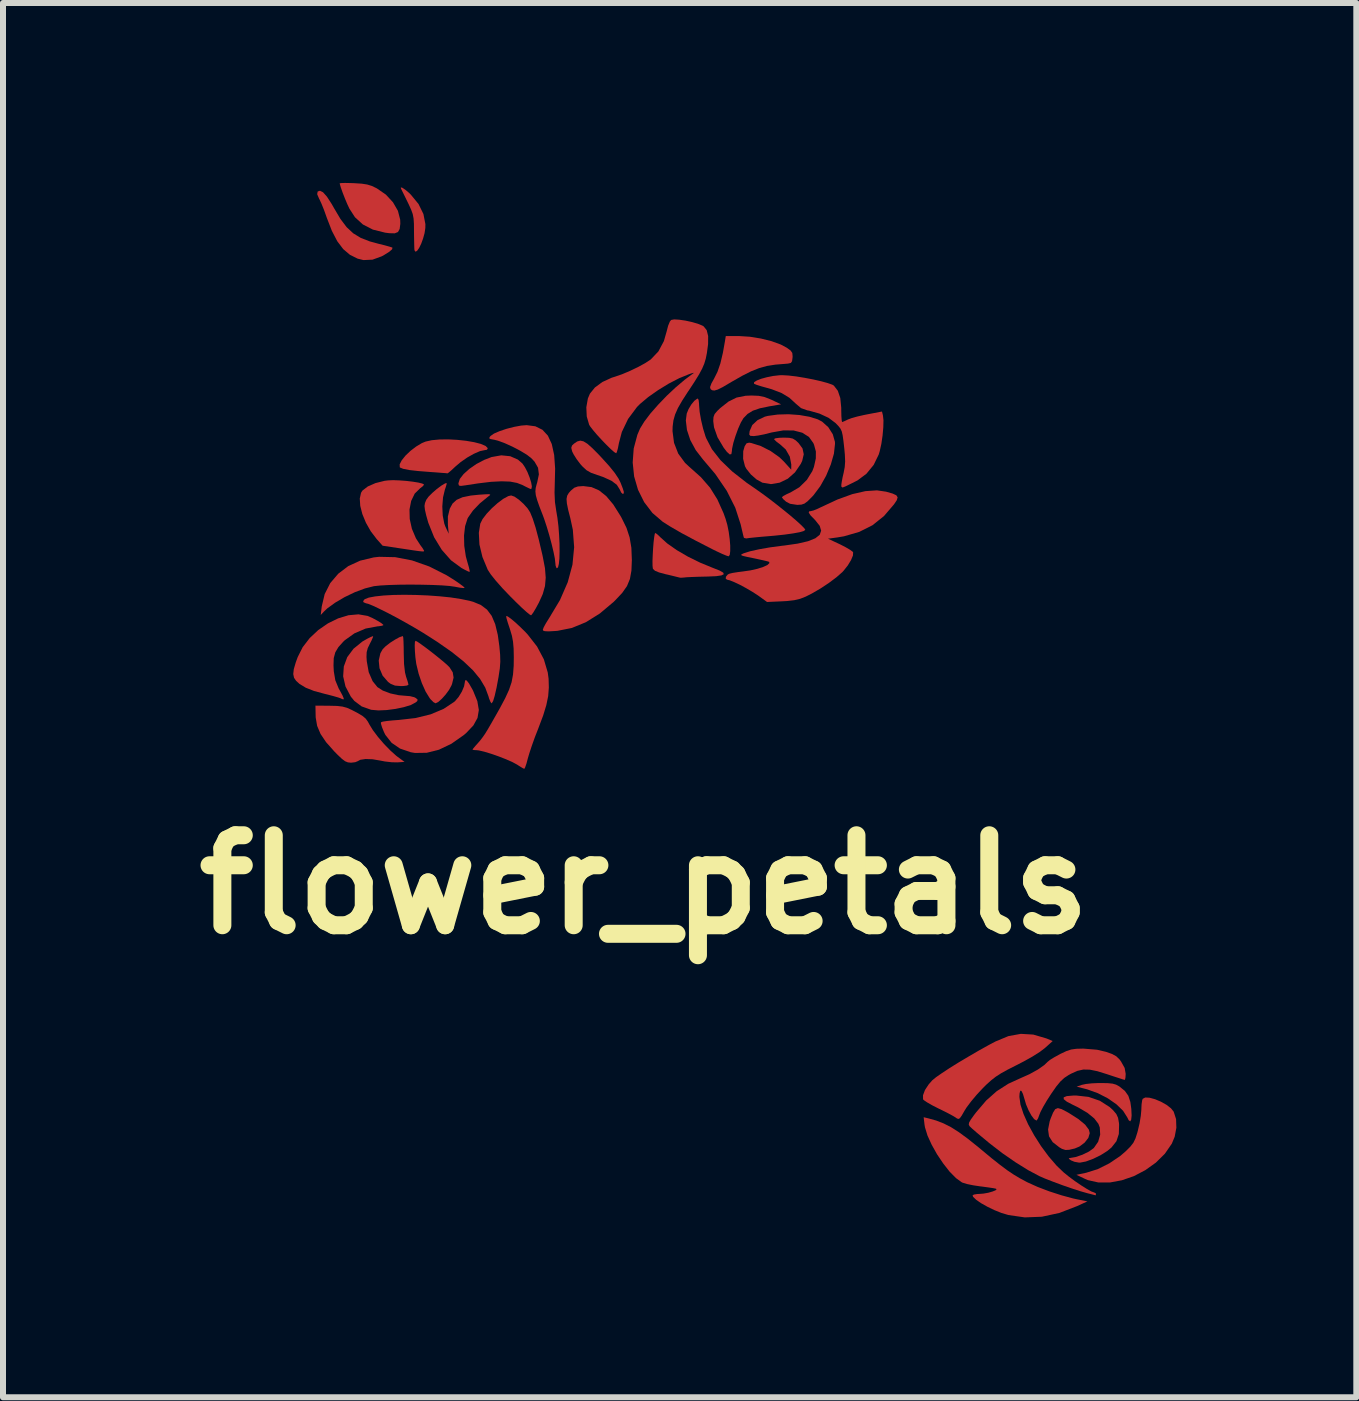
<source format=kicad_pcb>
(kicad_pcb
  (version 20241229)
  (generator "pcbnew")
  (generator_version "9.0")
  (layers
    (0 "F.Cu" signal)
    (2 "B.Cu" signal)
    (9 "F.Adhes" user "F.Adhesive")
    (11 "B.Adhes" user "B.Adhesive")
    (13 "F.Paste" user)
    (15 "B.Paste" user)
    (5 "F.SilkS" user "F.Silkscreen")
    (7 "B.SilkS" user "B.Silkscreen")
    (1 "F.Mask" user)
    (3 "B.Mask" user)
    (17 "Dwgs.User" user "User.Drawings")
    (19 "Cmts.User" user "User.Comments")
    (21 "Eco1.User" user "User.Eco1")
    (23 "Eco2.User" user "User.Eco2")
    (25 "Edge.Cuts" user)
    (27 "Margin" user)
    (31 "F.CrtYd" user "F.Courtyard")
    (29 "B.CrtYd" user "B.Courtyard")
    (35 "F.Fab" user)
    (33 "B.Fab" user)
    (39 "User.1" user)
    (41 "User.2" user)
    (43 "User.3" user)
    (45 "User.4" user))
  (footprint "flower_petals"
    (layer "F.Cu")
    (at 7.693 11.697)
    (property "Reference" "flower_petals" (at 0 0 0) (layer "F.SilkS") (effects (font (size 1.5 1.5) (thickness 0.3))))
    (attr board_only exclude_from_pos_files exclude_from_bom)
    (fp_poly (pts (xy 6.956 3.744) (xy 7.049 3.793) (xy 7.074 3.807) (xy 7.236 3.91) (xy 7.348 4.003) (xy 7.41 4.086) (xy 7.425 4.145) (xy 7.401 4.224) (xy 7.34 4.302) (xy 7.254 4.367) (xy 7.176 4.4) (xy 7.083 4.422) (xy 7.019 4.425) (xy 6.961 4.406) (xy 6.917 4.38) (xy 6.807 4.294) (xy 6.746 4.198) (xy 6.73 4.084) (xy 6.757 3.947) (xy 6.772 3.904) (xy 6.813 3.803) (xy 6.849 3.745) (xy 6.893 3.727)) (stroke (width 0) (type solid)) (fill yes) (layer "F.Cu"))
    (fp_poly (pts (xy 7.725 3.311) (xy 7.805 3.319) (xy 7.864 3.336) (xy 7.915 3.364) (xy 7.92 3.367) (xy 8.01 3.44) (xy 8.068 3.521) (xy 8.102 3.625) (xy 8.118 3.741) (xy 8.123 3.85) (xy 8.116 3.92) (xy 8.1 3.948) (xy 8.074 3.929) (xy 8.05 3.881) (xy 7.981 3.772) (xy 7.87 3.664) (xy 7.726 3.564) (xy 7.559 3.478) (xy 7.379 3.413) (xy 7.343 3.404) (xy 7.207 3.369) (xy 7.294 3.339) (xy 7.36 3.325) (xy 7.46 3.314) (xy 7.575 3.309) (xy 7.607 3.309)) (stroke (width 0) (type solid)) (fill yes) (layer "F.Cu"))
    (fp_poly (pts (xy -4.02 -4.118) (xy -4.016 -4.052) (xy -4.013 -3.955) (xy -4.012 -3.859) (xy -4.007 -3.676) (xy -3.991 -3.537) (xy -3.973 -3.465) (xy -3.949 -3.393) (xy -3.935 -3.342) (xy -3.934 -3.331) (xy -3.957 -3.318) (xy -4.017 -3.31) (xy -4.062 -3.309) (xy -4.158 -3.317) (xy -4.231 -3.347) (xy -4.274 -3.379) (xy -4.364 -3.483) (xy -4.416 -3.606) (xy -4.429 -3.735) (xy -4.401 -3.857) (xy -4.362 -3.925) (xy -4.313 -3.974) (xy -4.239 -4.031) (xy -4.156 -4.084) (xy -4.081 -4.125) (xy -4.028 -4.142) (xy -4.026 -4.142)) (stroke (width 0) (type solid)) (fill yes) (layer "F.Cu"))
    (fp_poly (pts (xy -4.897 -11.695) (xy -4.839 -11.693) (xy -4.713 -11.685) (xy -4.622 -11.671) (xy -4.547 -11.648) (xy -4.471 -11.612) (xy -4.458 -11.605) (xy -4.309 -11.502) (xy -4.191 -11.374) (xy -4.109 -11.232) (xy -4.071 -11.084) (xy -4.069 -11.015) (xy -4.08 -10.93) (xy -4.108 -10.879) (xy -4.162 -10.857) (xy -4.25 -10.859) (xy -4.321 -10.868) (xy -4.526 -10.919) (xy -4.692 -11.004) (xy -4.825 -11.125) (xy -4.917 -11.267) (xy -4.952 -11.341) (xy -4.991 -11.434) (xy -5.029 -11.531) (xy -5.059 -11.616) (xy -5.077 -11.676) (xy -5.08 -11.691) (xy -5.056 -11.695) (xy -4.991 -11.697)) (stroke (width 0) (type solid)) (fill yes) (layer "F.Cu"))
    (fp_poly (pts (xy -2.237 -7.141) (xy -2.109 -7.085) (xy -2.034 -7.02) (xy -1.991 -6.957) (xy -1.949 -6.876) (xy -1.914 -6.788) (xy -1.888 -6.705) (xy -1.876 -6.639) (xy -1.882 -6.6) (xy -1.895 -6.594) (xy -1.928 -6.608) (xy -1.989 -6.638) (xy -2.031 -6.66) (xy -2.124 -6.696) (xy -2.239 -6.718) (xy -2.382 -6.723) (xy -2.558 -6.714) (xy -2.773 -6.688) (xy -2.989 -6.655) (xy -3.059 -6.646) (xy -3.091 -6.652) (xy -3.1 -6.679) (xy -3.1 -6.691) (xy -3.077 -6.763) (xy -3.013 -6.845) (xy -2.918 -6.93) (xy -2.801 -7.011) (xy -2.67 -7.08) (xy -2.548 -7.127) (xy -2.386 -7.156)) (stroke (width 0) (type solid)) (fill yes) (layer "F.Cu"))
    (fp_poly (pts (xy -4.034 -11.616) (xy -3.986 -11.584) (xy -3.923 -11.531) (xy -3.892 -11.5) (xy -3.765 -11.345) (xy -3.684 -11.179) (xy -3.651 -11.011) (xy -3.652 -10.946) (xy -3.665 -10.859) (xy -3.69 -10.769) (xy -3.721 -10.684) (xy -3.755 -10.614) (xy -3.788 -10.567) (xy -3.815 -10.55) (xy -3.832 -10.573) (xy -3.834 -10.583) (xy -3.836 -10.622) (xy -3.838 -10.7) (xy -3.84 -10.805) (xy -3.841 -10.889) (xy -3.842 -11.015) (xy -3.848 -11.105) (xy -3.862 -11.178) (xy -3.888 -11.25) (xy -3.928 -11.338) (xy -3.944 -11.371) (xy -3.991 -11.467) (xy -4.029 -11.544) (xy -4.052 -11.591) (xy -4.057 -11.599) (xy -4.061 -11.623)) (stroke (width 0) (type solid)) (fill yes) (layer "F.Cu"))
    (fp_poly (pts (xy -3.785 -4.049) (xy -3.724 -4.007) (xy -3.642 -3.947) (xy -3.549 -3.876) (xy -3.453 -3.8) (xy -3.366 -3.729) (xy -3.295 -3.668) (xy -3.252 -3.626) (xy -3.249 -3.623) (xy -3.195 -3.538) (xy -3.181 -3.45) (xy -3.207 -3.343) (xy -3.219 -3.314) (xy -3.258 -3.243) (xy -3.315 -3.166) (xy -3.379 -3.095) (xy -3.438 -3.043) (xy -3.481 -3.022) (xy -3.482 -3.022) (xy -3.517 -3.041) (xy -3.565 -3.089) (xy -3.581 -3.11) (xy -3.647 -3.217) (xy -3.71 -3.358) (xy -3.763 -3.513) (xy -3.8 -3.666) (xy -3.804 -3.686) (xy -3.818 -3.791) (xy -3.826 -3.894) (xy -3.829 -3.982) (xy -3.826 -4.043) (xy -3.816 -4.064)) (stroke (width 0) (type solid)) (fill yes) (layer "F.Cu"))
    (fp_poly (pts (xy 1.906 -8.148) (xy 2.006 -8.127) (xy 2.112 -8.085) (xy 2.123 -8.08) (xy 2.279 -8.006) (xy 2.084 -7.973) (xy 1.925 -7.94) (xy 1.808 -7.9) (xy 1.72 -7.846) (xy 1.651 -7.775) (xy 1.65 -7.773) (xy 1.608 -7.702) (xy 1.562 -7.598) (xy 1.519 -7.479) (xy 1.483 -7.363) (xy 1.462 -7.266) (xy 1.459 -7.228) (xy 1.45 -7.176) (xy 1.422 -7.171) (xy 1.375 -7.214) (xy 1.322 -7.283) (xy 1.219 -7.457) (xy 1.161 -7.622) (xy 1.148 -7.727) (xy 1.152 -7.793) (xy 1.171 -7.844) (xy 1.217 -7.898) (xy 1.265 -7.944) (xy 1.402 -8.052) (xy 1.537 -8.119) (xy 1.688 -8.149) (xy 1.785 -8.153)) (stroke (width 0) (type solid)) (fill yes) (layer "F.Cu"))
    (fp_poly (pts (xy -1.015 -7.389) (xy -0.949 -7.348) (xy -0.867 -7.275) (xy -0.76 -7.167) (xy -0.716 -7.12) (xy -0.588 -6.979) (xy -0.495 -6.864) (xy -0.431 -6.768) (xy -0.397 -6.699) (xy -0.36 -6.604) (xy -0.343 -6.548) (xy -0.344 -6.52) (xy -0.361 -6.513) (xy -0.362 -6.513) (xy -0.386 -6.535) (xy -0.412 -6.588) (xy -0.413 -6.59) (xy -0.46 -6.665) (xy -0.548 -6.731) (xy -0.681 -6.792) (xy -0.785 -6.828) (xy -0.89 -6.865) (xy -0.965 -6.908) (xy -1.032 -6.97) (xy -1.067 -7.009) (xy -1.129 -7.091) (xy -1.18 -7.172) (xy -1.204 -7.22) (xy -1.219 -7.281) (xy -1.206 -7.32) (xy -1.173 -7.351) (xy -1.12 -7.387) (xy -1.069 -7.401)) (stroke (width 0) (type solid)) (fill yes) (layer "F.Cu"))
    (fp_poly (pts (xy -5.358 -11.542) (xy -5.292 -11.468) (xy -5.212 -11.344) (xy -5.174 -11.277) (xy -5.068 -11.098) (xy -4.965 -10.961) (xy -4.855 -10.858) (xy -4.729 -10.781) (xy -4.577 -10.722) (xy -4.433 -10.683) (xy -4.332 -10.658) (xy -4.253 -10.636) (xy -4.206 -10.621) (xy -4.2 -10.617) (xy -4.206 -10.591) (xy -4.254 -10.549) (xy -4.337 -10.497) (xy -4.381 -10.473) (xy -4.532 -10.418) (xy -4.683 -10.411) (xy -4.781 -10.435) (xy -4.909 -10.499) (xy -5.021 -10.594) (xy -5.12 -10.725) (xy -5.21 -10.898) (xy -5.295 -11.117) (xy -5.302 -11.137) (xy -5.341 -11.246) (xy -5.382 -11.348) (xy -5.416 -11.422) (xy -5.422 -11.432) (xy -5.455 -11.509) (xy -5.447 -11.554) (xy -5.409 -11.567)) (stroke (width 0) (type solid)) (fill yes) (layer "F.Cu"))
    (fp_poly (pts (xy 1.759 -9.133) (xy 1.943 -9.103) (xy 2.12 -9.059) (xy 2.274 -9.003) (xy 2.375 -8.949) (xy 2.438 -8.903) (xy 2.466 -8.862) (xy 2.471 -8.807) (xy 2.47 -8.784) (xy 2.462 -8.725) (xy 2.442 -8.696) (xy 2.393 -8.685) (xy 2.345 -8.681) (xy 2.184 -8.668) (xy 2.044 -8.646) (xy 1.913 -8.61) (xy 1.78 -8.557) (xy 1.631 -8.482) (xy 1.454 -8.381) (xy 1.417 -8.359) (xy 1.303 -8.292) (xy 1.222 -8.252) (xy 1.167 -8.236) (xy 1.129 -8.241) (xy 1.103 -8.26) (xy 1.095 -8.293) (xy 1.117 -8.354) (xy 1.161 -8.433) (xy 1.218 -8.547) (xy 1.267 -8.688) (xy 1.309 -8.866) (xy 1.341 -9.046) (xy 1.357 -9.144) (xy 1.584 -9.144)) (stroke (width 0) (type solid)) (fill yes) (layer "F.Cu"))
    (fp_poly (pts (xy -3.12 -7.414) (xy -2.972 -7.398) (xy -2.838 -7.375) (xy -2.726 -7.346) (xy -2.647 -7.312) (xy -2.611 -7.275) (xy -2.624 -7.249) (xy -2.665 -7.242) (xy -2.741 -7.226) (xy -2.842 -7.182) (xy -2.954 -7.119) (xy -3.062 -7.044) (xy -3.153 -6.967) (xy -3.216 -6.908) (xy -3.263 -6.868) (xy -3.283 -6.855) (xy -3.313 -6.859) (xy -3.383 -6.864) (xy -3.482 -6.872) (xy -3.569 -6.878) (xy -3.771 -6.894) (xy -3.922 -6.911) (xy -4.022 -6.931) (xy -4.073 -6.952) (xy -4.078 -6.957) (xy -4.08 -7.006) (xy -4.045 -7.074) (xy -3.983 -7.151) (xy -3.9 -7.23) (xy -3.806 -7.302) (xy -3.709 -7.36) (xy -3.648 -7.385) (xy -3.545 -7.408) (xy -3.416 -7.42) (xy -3.271 -7.422)) (stroke (width 0) (type solid)) (fill yes) (layer "F.Cu"))
    (fp_poly (pts (xy -2.963 -3.403) (xy -2.923 -3.351) (xy -2.866 -3.251) (xy -2.854 -3.227) (xy -2.785 -3.058) (xy -2.76 -2.91) (xy -2.782 -2.778) (xy -2.851 -2.653) (xy -2.969 -2.528) (xy -3.011 -2.492) (xy -3.218 -2.347) (xy -3.425 -2.248) (xy -3.628 -2.197) (xy -3.824 -2.194) (xy -3.895 -2.206) (xy -4.074 -2.267) (xy -4.214 -2.363) (xy -4.318 -2.495) (xy -4.342 -2.543) (xy -4.374 -2.622) (xy -4.392 -2.682) (xy -4.392 -2.705) (xy -4.362 -2.716) (xy -4.291 -2.727) (xy -4.191 -2.737) (xy -4.097 -2.744) (xy -3.815 -2.776) (xy -3.563 -2.838) (xy -3.347 -2.929) (xy -3.171 -3.046) (xy -3.156 -3.059) (xy -3.097 -3.128) (xy -3.043 -3.217) (xy -3.006 -3.305) (xy -2.996 -3.36) (xy -2.988 -3.406)) (stroke (width 0) (type solid)) (fill yes) (layer "F.Cu"))
    (fp_poly (pts (xy -4.154 -5.458) (xy -3.874 -5.404) (xy -3.587 -5.303) (xy -3.298 -5.157) (xy -3.159 -5.07) (xy -3.081 -5.016) (xy -3.023 -4.973) (xy -2.997 -4.948) (xy -2.996 -4.946) (xy -3.019 -4.943) (xy -3.079 -4.95) (xy -3.159 -4.965) (xy -3.249 -4.978) (xy -3.379 -4.988) (xy -3.54 -4.995) (xy -3.719 -4.999) (xy -3.906 -5.001) (xy -4.089 -4.999) (xy -4.257 -4.994) (xy -4.4 -4.986) (xy -4.505 -4.975) (xy -4.507 -4.975) (xy -4.658 -4.937) (xy -4.827 -4.874) (xy -4.998 -4.792) (xy -5.156 -4.699) (xy -5.287 -4.604) (xy -5.343 -4.551) (xy -5.396 -4.494) (xy -5.379 -4.637) (xy -5.33 -4.843) (xy -5.237 -5.026) (xy -5.104 -5.182) (xy -4.937 -5.309) (xy -4.738 -5.4) (xy -4.513 -5.454) (xy -4.423 -5.464)) (stroke (width 0) (type solid)) (fill yes) (layer "F.Cu"))
    (fp_poly (pts (xy 0.209 -5.844) (xy 0.255 -5.802) (xy 0.262 -5.794) (xy 0.381 -5.687) (xy 0.539 -5.576) (xy 0.726 -5.467) (xy 0.931 -5.366) (xy 1.143 -5.279) (xy 1.146 -5.278) (xy 1.254 -5.235) (xy 1.314 -5.2) (xy 1.324 -5.174) (xy 1.285 -5.154) (xy 1.195 -5.141) (xy 1.055 -5.135) (xy 1.01 -5.134) (xy 0.887 -5.131) (xy 0.779 -5.127) (xy 0.699 -5.123) (xy 0.664 -5.119) (xy 0.609 -5.115) (xy 0.586 -5.118) (xy 0.55 -5.127) (xy 0.477 -5.145) (xy 0.382 -5.168) (xy 0.358 -5.173) (xy 0.246 -5.203) (xy 0.177 -5.231) (xy 0.145 -5.261) (xy 0.141 -5.269) (xy 0.136 -5.315) (xy 0.135 -5.393) (xy 0.139 -5.492) (xy 0.145 -5.6) (xy 0.153 -5.703) (xy 0.163 -5.789) (xy 0.173 -5.846) (xy 0.181 -5.862)) (stroke (width 0) (type solid)) (fill yes) (layer "F.Cu"))
    (fp_poly (pts (xy 2.413 -7.448) (xy 2.474 -7.435) (xy 2.523 -7.405) (xy 2.569 -7.362) (xy 2.636 -7.271) (xy 2.657 -7.174) (xy 2.631 -7.063) (xy 2.607 -7.013) (xy 2.511 -6.872) (xy 2.391 -6.766) (xy 2.255 -6.7) (xy 2.11 -6.676) (xy 1.967 -6.7) (xy 1.871 -6.753) (xy 1.776 -6.836) (xy 1.701 -6.93) (xy 1.677 -6.974) (xy 1.646 -7.098) (xy 1.648 -7.226) (xy 1.672 -7.308) (xy 1.703 -7.356) (xy 1.746 -7.367) (xy 1.783 -7.361) (xy 1.941 -7.311) (xy 2.104 -7.228) (xy 2.25 -7.125) (xy 2.325 -7.053) (xy 2.448 -6.917) (xy 2.449 -7.004) (xy 2.424 -7.135) (xy 2.356 -7.254) (xy 2.262 -7.339) (xy 2.203 -7.383) (xy 2.167 -7.418) (xy 2.162 -7.428) (xy 2.186 -7.44) (xy 2.248 -7.448) (xy 2.321 -7.451)) (stroke (width 0) (type solid)) (fill yes) (layer "F.Cu"))
    (fp_poly (pts (xy 8.423 3.554) (xy 8.514 3.579) (xy 8.611 3.62) (xy 8.704 3.672) (xy 8.779 3.73) (xy 8.824 3.786) (xy 8.864 3.91) (xy 8.869 4.055) (xy 8.841 4.204) (xy 8.793 4.32) (xy 8.677 4.488) (xy 8.527 4.636) (xy 8.352 4.761) (xy 8.161 4.861) (xy 7.961 4.93) (xy 7.761 4.967) (xy 7.57 4.967) (xy 7.395 4.928) (xy 7.346 4.907) (xy 7.203 4.839) (xy 7.365 4.805) (xy 7.557 4.745) (xy 7.753 4.647) (xy 7.936 4.523) (xy 8.026 4.445) (xy 8.102 4.369) (xy 8.152 4.305) (xy 8.187 4.233) (xy 8.218 4.136) (xy 8.228 4.098) (xy 8.256 3.978) (xy 8.276 3.856) (xy 8.285 3.757) (xy 8.285 3.75) (xy 8.289 3.663) (xy 8.299 3.596) (xy 8.308 3.572) (xy 8.35 3.55)) (stroke (width 0) (type solid)) (fill yes) (layer "F.Cu"))
    (fp_poly (pts (xy -5.249 -2.981) (xy -5.124 -2.978) (xy -5.033 -2.967) (xy -4.959 -2.947) (xy -4.885 -2.914) (xy -4.772 -2.855) (xy -4.696 -2.809) (xy -4.646 -2.766) (xy -4.61 -2.716) (xy -4.584 -2.668) (xy -4.527 -2.575) (xy -4.442 -2.462) (xy -4.341 -2.344) (xy -4.235 -2.235) (xy -4.137 -2.147) (xy -4.116 -2.131) (xy -3.999 -2.045) (xy -4.119 -2.037) (xy -4.212 -2.039) (xy -4.326 -2.052) (xy -4.404 -2.067) (xy -4.533 -2.089) (xy -4.648 -2.093) (xy -4.736 -2.08) (xy -4.779 -2.057) (xy -4.82 -2.04) (xy -4.887 -2.032) (xy -4.895 -2.032) (xy -4.943 -2.037) (xy -4.988 -2.055) (xy -5.042 -2.095) (xy -5.113 -2.162) (xy -5.171 -2.221) (xy -5.306 -2.373) (xy -5.399 -2.511) (xy -5.456 -2.646) (xy -5.48 -2.787) (xy -5.481 -2.827) (xy -5.484 -2.983)) (stroke (width 0) (type solid)) (fill yes) (layer "F.Cu"))
    (fp_poly (pts (xy -4.526 -4.122) (xy -4.549 -4.069) (xy -4.575 -4.018) (xy -4.612 -3.942) (xy -4.63 -3.874) (xy -4.633 -3.793) (xy -4.628 -3.721) (xy -4.596 -3.541) (xy -4.531 -3.391) (xy -4.451 -3.292) (xy -4.361 -3.234) (xy -4.237 -3.187) (xy -4.098 -3.157) (xy -3.996 -3.148) (xy -3.908 -3.141) (xy -3.836 -3.123) (xy -3.811 -3.11) (xy -3.779 -3.081) (xy -3.789 -3.056) (xy -3.814 -3.036) (xy -3.894 -2.993) (xy -4.012 -2.957) (xy -4.151 -2.928) (xy -4.297 -2.909) (xy -4.434 -2.903) (xy -4.548 -2.913) (xy -4.559 -2.915) (xy -4.714 -2.97) (xy -4.836 -3.062) (xy -4.894 -3.133) (xy -4.983 -3.302) (xy -5.022 -3.471) (xy -5.011 -3.636) (xy -4.954 -3.791) (xy -4.85 -3.931) (xy -4.701 -4.052) (xy -4.619 -4.099) (xy -4.56 -4.128) (xy -4.524 -4.142) (xy -4.522 -4.142)) (stroke (width 0) (type solid)) (fill yes) (layer "F.Cu"))
    (fp_poly (pts (xy -4.086 -6.738) (xy -3.974 -6.73) (xy -3.864 -6.717) (xy -3.77 -6.702) (xy -3.702 -6.685) (xy -3.673 -6.669) (xy -3.673 -6.668) (xy -3.693 -6.642) (xy -3.738 -6.607) (xy -3.829 -6.518) (xy -3.888 -6.396) (xy -3.916 -6.252) (xy -3.912 -6.094) (xy -3.876 -5.931) (xy -3.809 -5.773) (xy -3.738 -5.663) (xy -3.697 -5.607) (xy -3.675 -5.569) (xy -3.673 -5.564) (xy -3.675 -5.557) (xy -3.684 -5.553) (xy -3.71 -5.554) (xy -3.759 -5.559) (xy -3.839 -5.57) (xy -3.958 -5.588) (xy -4.051 -5.602) (xy -4.364 -5.649) (xy -4.463 -5.76) (xy -4.562 -5.89) (xy -4.642 -6.031) (xy -4.702 -6.176) (xy -4.737 -6.313) (xy -4.745 -6.435) (xy -4.724 -6.531) (xy -4.701 -6.568) (xy -4.611 -6.637) (xy -4.483 -6.693) (xy -4.331 -6.731) (xy -4.273 -6.738) (xy -4.19 -6.742)) (stroke (width 0) (type solid)) (fill yes) (layer "F.Cu"))
    (fp_poly (pts (xy -2.165 -6.467) (xy -2.093 -6.417) (xy -2.016 -6.348) (xy -1.947 -6.271) (xy -1.904 -6.204) (xy -1.862 -6.101) (xy -1.813 -5.949) (xy -1.76 -5.749) (xy -1.702 -5.503) (xy -1.693 -5.461) (xy -1.657 -5.272) (xy -1.645 -5.115) (xy -1.657 -4.977) (xy -1.694 -4.844) (xy -1.759 -4.7) (xy -1.76 -4.698) (xy -1.81 -4.606) (xy -1.853 -4.534) (xy -1.883 -4.494) (xy -1.89 -4.489) (xy -1.916 -4.504) (xy -1.972 -4.55) (xy -2.051 -4.622) (xy -2.147 -4.715) (xy -2.232 -4.8) (xy -2.367 -4.941) (xy -2.479 -5.068) (xy -2.562 -5.172) (xy -2.612 -5.249) (xy -2.612 -5.249) (xy -2.7 -5.461) (xy -2.75 -5.669) (xy -2.76 -5.864) (xy -2.736 -6.017) (xy -2.698 -6.093) (xy -2.63 -6.182) (xy -2.543 -6.274) (xy -2.447 -6.36) (xy -2.352 -6.431) (xy -2.269 -6.476) (xy -2.221 -6.487)) (stroke (width 0) (type solid)) (fill yes) (layer "F.Cu"))
    (fp_poly (pts (xy 7.405 3.54) (xy 7.594 3.605) (xy 7.756 3.709) (xy 7.814 3.762) (xy 7.868 3.826) (xy 7.897 3.889) (xy 7.912 3.975) (xy 7.914 4.006) (xy 7.91 4.158) (xy 7.87 4.279) (xy 7.788 4.383) (xy 7.72 4.44) (xy 7.606 4.512) (xy 7.481 4.573) (xy 7.361 4.617) (xy 7.262 4.636) (xy 7.248 4.636) (xy 7.17 4.622) (xy 7.112 4.598) (xy 7.075 4.571) (xy 7.085 4.56) (xy 7.088 4.56) (xy 7.188 4.543) (xy 7.303 4.504) (xy 7.412 4.451) (xy 7.492 4.393) (xy 7.493 4.392) (xy 7.565 4.288) (xy 7.599 4.169) (xy 7.592 4.049) (xy 7.569 3.989) (xy 7.5 3.899) (xy 7.386 3.806) (xy 7.233 3.716) (xy 7.145 3.673) (xy 7.043 3.62) (xy 6.991 3.578) (xy 6.991 3.547) (xy 7.042 3.527) (xy 7.144 3.518) (xy 7.199 3.517)) (stroke (width 0) (type solid)) (fill yes) (layer "F.Cu"))
    (fp_poly (pts (xy -0.881 -6.626) (xy -0.755 -6.571) (xy -0.636 -6.476) (xy -0.519 -6.337) (xy -0.401 -6.15) (xy -0.38 -6.113) (xy -0.298 -5.946) (xy -0.246 -5.787) (xy -0.217 -5.615) (xy -0.209 -5.412) (xy -0.209 -5.407) (xy -0.216 -5.234) (xy -0.241 -5.095) (xy -0.29 -4.976) (xy -0.37 -4.862) (xy -0.487 -4.738) (xy -0.511 -4.714) (xy -0.743 -4.519) (xy -0.975 -4.374) (xy -1.209 -4.278) (xy -1.449 -4.23) (xy -1.491 -4.227) (xy -1.596 -4.221) (xy -1.659 -4.224) (xy -1.688 -4.234) (xy -1.693 -4.249) (xy -1.679 -4.288) (xy -1.643 -4.354) (xy -1.592 -4.436) (xy -1.588 -4.442) (xy -1.407 -4.744) (xy -1.278 -5.04) (xy -1.199 -5.333) (xy -1.171 -5.624) (xy -1.193 -5.915) (xy -1.234 -6.105) (xy -1.271 -6.249) (xy -1.292 -6.353) (xy -1.298 -6.428) (xy -1.287 -6.484) (xy -1.26 -6.529) (xy -1.226 -6.567) (xy -1.17 -6.615) (xy -1.109 -6.637) (xy -1.023 -6.643) (xy -1.017 -6.643)) (stroke (width 0) (type solid)) (fill yes) (layer "F.Cu"))
    (fp_poly (pts (xy 6.483 2.501) (xy 6.695 2.563) (xy 6.712 2.569) (xy 6.807 2.609) (xy 6.679 2.724) (xy 6.595 2.788) (xy 6.474 2.865) (xy 6.324 2.949) (xy 6.2 3.013) (xy 6.056 3.086) (xy 5.946 3.147) (xy 5.859 3.203) (xy 5.782 3.263) (xy 5.701 3.336) (xy 5.639 3.398) (xy 5.542 3.502) (xy 5.449 3.613) (xy 5.373 3.714) (xy 5.338 3.769) (xy 5.291 3.851) (xy 5.259 3.896) (xy 5.234 3.908) (xy 5.208 3.898) (xy 5.197 3.889) (xy 5.152 3.861) (xy 5.073 3.818) (xy 4.972 3.767) (xy 4.902 3.733) (xy 4.8 3.681) (xy 4.716 3.633) (xy 4.661 3.596) (xy 4.646 3.581) (xy 4.645 3.513) (xy 4.678 3.425) (xy 4.74 3.331) (xy 4.8 3.263) (xy 4.861 3.213) (xy 4.96 3.144) (xy 5.089 3.059) (xy 5.24 2.965) (xy 5.405 2.867) (xy 5.575 2.768) (xy 5.744 2.674) (xy 5.854 2.616) (xy 6.068 2.527) (xy 6.276 2.489)) (stroke (width 0) (type solid)) (fill yes) (layer "F.Cu"))
    (fp_poly (pts (xy -4.616 -4.479) (xy -4.598 -4.472) (xy -4.527 -4.44) (xy -4.453 -4.4) (xy -4.39 -4.362) (xy -4.354 -4.332) (xy -4.351 -4.325) (xy -4.374 -4.315) (xy -4.431 -4.306) (xy -4.448 -4.305) (xy -4.647 -4.268) (xy -4.834 -4.188) (xy -4.995 -4.073) (xy -5.019 -4.05) (xy -5.101 -3.959) (xy -5.153 -3.872) (xy -5.179 -3.775) (xy -5.183 -3.653) (xy -5.178 -3.555) (xy -5.153 -3.406) (xy -5.097 -3.27) (xy -5.081 -3.242) (xy -5.033 -3.153) (xy -5.012 -3.103) (xy -5.016 -3.086) (xy -5.046 -3.095) (xy -5.057 -3.102) (xy -5.101 -3.118) (xy -5.181 -3.141) (xy -5.283 -3.168) (xy -5.325 -3.178) (xy -5.507 -3.227) (xy -5.646 -3.282) (xy -5.75 -3.345) (xy -5.806 -3.396) (xy -5.841 -3.447) (xy -5.854 -3.509) (xy -5.845 -3.591) (xy -5.812 -3.704) (xy -5.78 -3.792) (xy -5.697 -3.957) (xy -5.58 -4.109) (xy -5.437 -4.243) (xy -5.276 -4.354) (xy -5.105 -4.438) (xy -4.933 -4.49) (xy -4.767 -4.505)) (stroke (width 0) (type solid)) (fill yes) (layer "F.Cu"))
    (fp_poly (pts (xy -3.809 -4.828) (xy -3.612 -4.82) (xy -3.417 -4.806) (xy -3.231 -4.787) (xy -3.062 -4.761) (xy -2.916 -4.731) (xy -2.852 -4.713) (xy -2.725 -4.66) (xy -2.624 -4.584) (xy -2.546 -4.48) (xy -2.487 -4.341) (xy -2.444 -4.162) (xy -2.418 -3.975) (xy -2.405 -3.832) (xy -2.402 -3.716) (xy -2.41 -3.604) (xy -2.43 -3.472) (xy -2.431 -3.463) (xy -2.465 -3.28) (xy -2.496 -3.145) (xy -2.522 -3.059) (xy -2.545 -3.023) (xy -2.549 -3.022) (xy -2.566 -3.045) (xy -2.589 -3.102) (xy -2.6 -3.14) (xy -2.653 -3.283) (xy -2.738 -3.426) (xy -2.857 -3.571) (xy -3.014 -3.72) (xy -3.212 -3.878) (xy -3.453 -4.046) (xy -3.686 -4.195) (xy -3.83 -4.281) (xy -3.982 -4.368) (xy -4.136 -4.453) (xy -4.282 -4.53) (xy -4.415 -4.596) (xy -4.525 -4.648) (xy -4.604 -4.68) (xy -4.642 -4.689) (xy -4.682 -4.706) (xy -4.689 -4.725) (xy -4.664 -4.757) (xy -4.595 -4.784) (xy -4.487 -4.804) (xy -4.347 -4.819) (xy -4.184 -4.828) (xy -4.002 -4.831)) (stroke (width 0) (type solid)) (fill yes) (layer "F.Cu"))
    (fp_poly (pts (xy 0.904 -8.079) (xy 0.911 -8.02) (xy 0.912 -7.991) (xy 0.921 -7.882) (xy 0.945 -7.745) (xy 0.979 -7.601) (xy 1.019 -7.471) (xy 1.031 -7.44) (xy 1.126 -7.258) (xy 1.27 -7.074) (xy 1.463 -6.888) (xy 1.706 -6.698) (xy 1.824 -6.617) (xy 1.935 -6.539) (xy 2.058 -6.449) (xy 2.187 -6.35) (xy 2.313 -6.25) (xy 2.432 -6.153) (xy 2.535 -6.065) (xy 2.615 -5.992) (xy 2.667 -5.939) (xy 2.683 -5.913) (xy 2.658 -5.895) (xy 2.588 -5.874) (xy 2.478 -5.854) (xy 2.335 -5.834) (xy 2.165 -5.816) (xy 2.084 -5.809) (xy 1.952 -5.798) (xy 1.837 -5.787) (xy 1.751 -5.778) (xy 1.703 -5.771) (xy 1.699 -5.77) (xy 1.663 -5.778) (xy 1.656 -5.79) (xy 1.646 -5.83) (xy 1.628 -5.906) (xy 1.606 -6) (xy 1.605 -6.005) (xy 1.515 -6.283) (xy 1.374 -6.563) (xy 1.181 -6.846) (xy 0.975 -7.089) (xy 0.856 -7.243) (xy 0.766 -7.409) (xy 0.71 -7.578) (xy 0.691 -7.737) (xy 0.706 -7.852) (xy 0.736 -7.926) (xy 0.782 -8.003) (xy 0.833 -8.065) (xy 0.879 -8.099) (xy 0.891 -8.102)) (stroke (width 0) (type solid)) (fill yes) (layer "F.Cu"))
    (fp_poly (pts (xy -3.298 -6.673) (xy -3.314 -6.618) (xy -3.326 -6.584) (xy -3.357 -6.455) (xy -3.369 -6.304) (xy -3.362 -6.152) (xy -3.336 -6.018) (xy -3.317 -5.966) (xy -3.262 -5.849) (xy -3.276 -5.998) (xy -3.276 -6.137) (xy -3.246 -6.261) (xy -3.244 -6.268) (xy -3.198 -6.352) (xy -3.13 -6.414) (xy -3.032 -6.457) (xy -2.896 -6.485) (xy -2.761 -6.499) (xy -2.655 -6.506) (xy -2.594 -6.508) (xy -2.57 -6.503) (xy -2.576 -6.49) (xy -2.605 -6.468) (xy -2.742 -6.356) (xy -2.858 -6.235) (xy -2.94 -6.118) (xy -2.949 -6.1) (xy -2.989 -5.975) (xy -3.007 -5.819) (xy -3.003 -5.646) (xy -2.977 -5.472) (xy -2.95 -5.373) (xy -2.926 -5.291) (xy -2.913 -5.232) (xy -2.914 -5.211) (xy -2.944 -5.223) (xy -3.004 -5.253) (xy -3.048 -5.277) (xy -3.224 -5.406) (xy -3.377 -5.579) (xy -3.505 -5.789) (xy -3.603 -6.033) (xy -3.638 -6.157) (xy -3.659 -6.25) (xy -3.666 -6.312) (xy -3.658 -6.361) (xy -3.636 -6.415) (xy -3.635 -6.416) (xy -3.599 -6.466) (xy -3.536 -6.529) (xy -3.461 -6.594) (xy -3.386 -6.65) (xy -3.324 -6.687) (xy -3.297 -6.695)) (stroke (width 0) (type solid)) (fill yes) (layer "F.Cu"))
    (fp_poly (pts (xy 2.585 -7.828) (xy 2.751 -7.799) (xy 2.89 -7.756) (xy 2.961 -7.719) (xy 3.066 -7.625) (xy 3.141 -7.507) (xy 3.177 -7.38) (xy 3.178 -7.347) (xy 3.16 -7.184) (xy 3.108 -7.003) (xy 3.03 -6.816) (xy 2.932 -6.641) (xy 2.82 -6.491) (xy 2.791 -6.46) (xy 2.721 -6.39) (xy 2.668 -6.351) (xy 2.617 -6.334) (xy 2.55 -6.33) (xy 2.548 -6.33) (xy 2.429 -6.348) (xy 2.361 -6.384) (xy 2.314 -6.426) (xy 2.293 -6.456) (xy 2.293 -6.458) (xy 2.315 -6.477) (xy 2.372 -6.508) (xy 2.436 -6.537) (xy 2.584 -6.624) (xy 2.709 -6.747) (xy 2.8 -6.893) (xy 2.827 -6.964) (xy 2.858 -7.104) (xy 2.859 -7.22) (xy 2.829 -7.331) (xy 2.816 -7.361) (xy 2.743 -7.463) (xy 2.632 -7.533) (xy 2.489 -7.57) (xy 2.319 -7.572) (xy 2.126 -7.538) (xy 2.101 -7.532) (xy 1.994 -7.505) (xy 1.896 -7.486) (xy 1.827 -7.477) (xy 1.82 -7.477) (xy 1.766 -7.481) (xy 1.748 -7.503) (xy 1.755 -7.56) (xy 1.755 -7.561) (xy 1.799 -7.661) (xy 1.886 -7.742) (xy 2.007 -7.8) (xy 2.057 -7.813) (xy 2.224 -7.836) (xy 2.404 -7.841)) (stroke (width 0) (type solid)) (fill yes) (layer "F.Cu"))
    (fp_poly (pts (xy -1.818 -7.64) (xy -1.7 -7.582) (xy -1.609 -7.484) (xy -1.544 -7.344) (xy -1.504 -7.162) (xy -1.488 -6.935) (xy -1.493 -6.725) (xy -1.498 -6.533) (xy -1.491 -6.376) (xy -1.471 -6.241) (xy -1.471 -6.239) (xy -1.45 -6.114) (xy -1.433 -5.974) (xy -1.422 -5.828) (xy -1.415 -5.685) (xy -1.414 -5.551) (xy -1.417 -5.435) (xy -1.426 -5.345) (xy -1.44 -5.288) (xy -1.459 -5.273) (xy -1.466 -5.278) (xy -1.48 -5.316) (xy -1.485 -5.364) (xy -1.493 -5.437) (xy -1.515 -5.546) (xy -1.547 -5.68) (xy -1.586 -5.825) (xy -1.629 -5.969) (xy -1.672 -6.099) (xy -1.695 -6.161) (xy -1.751 -6.305) (xy -1.788 -6.411) (xy -1.81 -6.49) (xy -1.817 -6.554) (xy -1.812 -6.612) (xy -1.796 -6.675) (xy -1.787 -6.704) (xy -1.759 -6.838) (xy -1.773 -6.949) (xy -1.831 -7.05) (xy -1.883 -7.106) (xy -1.96 -7.166) (xy -2.071 -7.233) (xy -2.199 -7.3) (xy -2.327 -7.358) (xy -2.441 -7.4) (xy -2.5 -7.415) (xy -2.566 -7.427) (xy -2.588 -7.441) (xy -2.576 -7.466) (xy -2.563 -7.48) (xy -2.507 -7.519) (xy -2.414 -7.559) (xy -2.298 -7.598) (xy -2.173 -7.63) (xy -2.054 -7.652) (xy -1.962 -7.659)) (stroke (width 0) (type solid)) (fill yes) (layer "F.Cu"))
    (fp_poly (pts (xy 4.731 3.897) (xy 4.864 3.934) (xy 4.988 3.982) (xy 5.112 4.045) (xy 5.244 4.129) (xy 5.394 4.239) (xy 5.57 4.38) (xy 5.62 4.422) (xy 5.789 4.562) (xy 5.929 4.673) (xy 6.048 4.762) (xy 6.155 4.834) (xy 6.26 4.897) (xy 6.37 4.956) (xy 6.392 4.967) (xy 6.556 5.041) (xy 6.751 5.115) (xy 6.955 5.181) (xy 7.147 5.233) (xy 7.216 5.248) (xy 7.386 5.282) (xy 7.216 5.36) (xy 6.918 5.475) (xy 6.626 5.538) (xy 6.342 5.549) (xy 6.065 5.509) (xy 6.064 5.508) (xy 5.953 5.475) (xy 5.834 5.427) (xy 5.718 5.371) (xy 5.613 5.312) (xy 5.531 5.255) (xy 5.481 5.207) (xy 5.471 5.183) (xy 5.494 5.168) (xy 5.552 5.159) (xy 5.581 5.158) (xy 5.655 5.152) (xy 5.733 5.138) (xy 5.803 5.118) (xy 5.853 5.098) (xy 5.872 5.08) (xy 5.862 5.071) (xy 5.819 5.062) (xy 5.739 5.05) (xy 5.637 5.036) (xy 5.595 5.031) (xy 5.482 5.014) (xy 5.38 4.993) (xy 5.307 4.971) (xy 5.293 4.965) (xy 5.196 4.895) (xy 5.089 4.787) (xy 4.982 4.65) (xy 4.879 4.497) (xy 4.79 4.338) (xy 4.72 4.185) (xy 4.678 4.048) (xy 4.67 4.001) (xy 4.656 3.879)) (stroke (width 0) (type solid)) (fill yes) (layer "F.Cu"))
    (fp_poly (pts (xy -2.278 -4.47) (xy -2.224 -4.431) (xy -2.151 -4.37) (xy -2.068 -4.293) (xy -1.981 -4.207) (xy -1.945 -4.168) (xy -1.789 -3.968) (xy -1.676 -3.755) (xy -1.611 -3.536) (xy -1.597 -3.432) (xy -1.593 -3.284) (xy -1.604 -3.141) (xy -1.635 -2.991) (xy -1.687 -2.82) (xy -1.763 -2.618) (xy -1.772 -2.594) (xy -1.826 -2.456) (xy -1.876 -2.316) (xy -1.917 -2.192) (xy -1.943 -2.104) (xy -1.966 -2.017) (xy -1.988 -1.954) (xy -2.002 -1.929) (xy -2.003 -1.929) (xy -2.032 -1.943) (xy -2.089 -1.978) (xy -2.123 -2) (xy -2.199 -2.041) (xy -2.305 -2.088) (xy -2.428 -2.136) (xy -2.554 -2.18) (xy -2.669 -2.215) (xy -2.759 -2.236) (xy -2.794 -2.24) (xy -2.846 -2.243) (xy -2.866 -2.25) (xy -2.85 -2.273) (xy -2.809 -2.321) (xy -2.781 -2.352) (xy -2.739 -2.4) (xy -2.7 -2.451) (xy -2.657 -2.512) (xy -2.608 -2.592) (xy -2.546 -2.699) (xy -2.467 -2.838) (xy -2.409 -2.941) (xy -2.32 -3.108) (xy -2.256 -3.248) (xy -2.214 -3.373) (xy -2.19 -3.501) (xy -2.179 -3.645) (xy -2.177 -3.79) (xy -2.18 -3.936) (xy -2.19 -4.048) (xy -2.208 -4.146) (xy -2.238 -4.247) (xy -2.246 -4.272) (xy -2.277 -4.365) (xy -2.298 -4.436) (xy -2.305 -4.475) (xy -2.304 -4.477)) (stroke (width 0) (type solid)) (fill yes) (layer "F.Cu"))
    (fp_poly (pts (xy 2.406 -8.486) (xy 2.533 -8.471) (xy 2.673 -8.448) (xy 2.814 -8.421) (xy 2.946 -8.391) (xy 3.055 -8.361) (xy 3.132 -8.334) (xy 3.159 -8.318) (xy 3.225 -8.232) (xy 3.266 -8.111) (xy 3.282 -7.949) (xy 3.282 -7.907) (xy 3.284 -7.814) (xy 3.289 -7.744) (xy 3.295 -7.712) (xy 3.297 -7.711) (xy 3.327 -7.722) (xy 3.383 -7.748) (xy 3.39 -7.752) (xy 3.451 -7.775) (xy 3.546 -7.802) (xy 3.66 -7.828) (xy 3.715 -7.839) (xy 3.961 -7.886) (xy 3.977 -7.822) (xy 3.986 -7.739) (xy 3.983 -7.621) (xy 3.971 -7.486) (xy 3.951 -7.349) (xy 3.924 -7.227) (xy 3.908 -7.172) (xy 3.823 -6.997) (xy 3.702 -6.849) (xy 3.555 -6.739) (xy 3.526 -6.724) (xy 3.446 -6.684) (xy 3.379 -6.651) (xy 3.354 -6.639) (xy 3.305 -6.619) (xy 3.285 -6.631) (xy 3.283 -6.663) (xy 3.29 -6.712) (xy 3.305 -6.792) (xy 3.322 -6.865) (xy 3.34 -6.96) (xy 3.347 -7.055) (xy 3.342 -7.17) (xy 3.333 -7.268) (xy 3.318 -7.4) (xy 3.305 -7.492) (xy 3.29 -7.556) (xy 3.268 -7.602) (xy 3.236 -7.643) (xy 3.19 -7.691) (xy 3.187 -7.694) (xy 3.071 -7.781) (xy 2.918 -7.852) (xy 2.745 -7.901) (xy 2.718 -7.905) (xy 2.612 -7.943) (xy 2.529 -8.013) (xy 2.418 -8.115) (xy 2.288 -8.194) (xy 2.125 -8.257) (xy 2.048 -8.279) (xy 1.951 -8.306) (xy 1.875 -8.33) (xy 1.832 -8.347) (xy 1.828 -8.35) (xy 1.829 -8.375) (xy 1.873 -8.403) (xy 1.947 -8.432) (xy 2.042 -8.458) (xy 2.147 -8.479) (xy 2.253 -8.491) (xy 2.304 -8.492)) (stroke (width 0) (type solid)) (fill yes) (layer "F.Cu"))
    (fp_poly (pts (xy 4.028 -6.55) (xy 4.137 -6.519) (xy 4.2 -6.49) (xy 4.222 -6.456) (xy 4.208 -6.408) (xy 4.162 -6.339) (xy 4.162 -6.339) (xy 3.994 -6.143) (xy 3.802 -5.99) (xy 3.581 -5.879) (xy 3.328 -5.806) (xy 3.216 -5.787) (xy 3.061 -5.766) (xy 3.264 -5.671) (xy 3.357 -5.623) (xy 3.432 -5.579) (xy 3.475 -5.547) (xy 3.48 -5.539) (xy 3.477 -5.486) (xy 3.445 -5.409) (xy 3.391 -5.32) (xy 3.322 -5.233) (xy 3.299 -5.208) (xy 3.202 -5.123) (xy 3.074 -5.027) (xy 2.93 -4.932) (xy 2.786 -4.849) (xy 2.691 -4.801) (xy 2.597 -4.764) (xy 2.5 -4.741) (xy 2.382 -4.727) (xy 2.293 -4.722) (xy 2.045 -4.711) (xy 1.897 -4.818) (xy 1.806 -4.877) (xy 1.701 -4.939) (xy 1.594 -4.997) (xy 1.496 -5.043) (xy 1.421 -5.073) (xy 1.387 -5.08) (xy 1.357 -5.096) (xy 1.359 -5.131) (xy 1.388 -5.167) (xy 1.413 -5.181) (xy 1.469 -5.195) (xy 1.557 -5.209) (xy 1.644 -5.22) (xy 1.769 -5.238) (xy 1.884 -5.264) (xy 1.981 -5.295) (xy 2.051 -5.327) (xy 2.084 -5.359) (xy 2.08 -5.38) (xy 2.051 -5.389) (xy 1.984 -5.405) (xy 1.888 -5.426) (xy 1.823 -5.44) (xy 1.711 -5.463) (xy 1.643 -5.479) (xy 1.614 -5.492) (xy 1.617 -5.504) (xy 1.645 -5.518) (xy 1.654 -5.522) (xy 1.761 -5.556) (xy 1.91 -5.589) (xy 2.091 -5.621) (xy 2.293 -5.648) (xy 2.332 -5.652) (xy 2.555 -5.684) (xy 2.728 -5.724) (xy 2.85 -5.773) (xy 2.923 -5.831) (xy 2.947 -5.9) (xy 2.923 -5.98) (xy 2.851 -6.071) (xy 2.84 -6.083) (xy 2.77 -6.155) (xy 2.74 -6.2) (xy 2.747 -6.222) (xy 2.775 -6.226) (xy 2.82 -6.237) (xy 2.891 -6.266) (xy 2.939 -6.289) (xy 3.218 -6.419) (xy 3.466 -6.509) (xy 3.685 -6.559) (xy 3.877 -6.572)) (stroke (width 0) (type solid)) (fill yes) (layer "F.Cu"))
    (fp_poly (pts (xy 7.547 2.754) (xy 7.696 2.789) (xy 7.798 2.825) (xy 7.867 2.863) (xy 7.921 2.915) (xy 7.946 2.949) (xy 8.007 3.058) (xy 8.024 3.156) (xy 8.02 3.22) (xy 8.012 3.254) (xy 8.009 3.256) (xy 7.98 3.249) (xy 7.912 3.227) (xy 7.816 3.196) (xy 7.714 3.162) (xy 7.553 3.112) (xy 7.426 3.086) (xy 7.318 3.084) (xy 7.219 3.106) (xy 7.114 3.153) (xy 7.071 3.177) (xy 7.001 3.223) (xy 6.937 3.282) (xy 6.869 3.364) (xy 6.788 3.48) (xy 6.778 3.495) (xy 6.708 3.604) (xy 6.647 3.708) (xy 6.603 3.793) (xy 6.586 3.836) (xy 6.563 3.898) (xy 6.541 3.932) (xy 6.536 3.934) (xy 6.498 3.911) (xy 6.452 3.85) (xy 6.405 3.764) (xy 6.363 3.665) (xy 6.34 3.587) (xy 6.311 3.49) (xy 6.286 3.44) (xy 6.266 3.437) (xy 6.255 3.484) (xy 6.252 3.54) (xy 6.27 3.669) (xy 6.321 3.825) (xy 6.398 3.998) (xy 6.498 4.18) (xy 6.614 4.362) (xy 6.741 4.534) (xy 6.874 4.688) (xy 6.989 4.798) (xy 7.078 4.87) (xy 7.179 4.945) (xy 7.282 5.015) (xy 7.376 5.074) (xy 7.45 5.116) (xy 7.495 5.132) (xy 7.496 5.132) (xy 7.527 5.149) (xy 7.529 5.158) (xy 7.524 5.181) (xy 7.522 5.181) (xy 7.496 5.174) (xy 7.434 5.158) (xy 7.386 5.146) (xy 7.27 5.113) (xy 7.125 5.066) (xy 6.966 5.011) (xy 6.81 4.953) (xy 6.672 4.899) (xy 6.583 4.86) (xy 6.396 4.76) (xy 6.187 4.63) (xy 5.966 4.477) (xy 5.747 4.308) (xy 5.73 4.293) (xy 5.626 4.207) (xy 5.534 4.13) (xy 5.464 4.069) (xy 5.424 4.031) (xy 5.42 4.027) (xy 5.408 4.002) (xy 5.413 3.969) (xy 5.442 3.918) (xy 5.497 3.841) (xy 5.531 3.797) (xy 5.699 3.6) (xy 5.874 3.445) (xy 6.067 3.321) (xy 6.264 3.231) (xy 6.421 3.161) (xy 6.56 3.084) (xy 6.668 3.008) (xy 6.721 2.957) (xy 6.761 2.924) (xy 6.834 2.879) (xy 6.924 2.83) (xy 6.934 2.824) (xy 7.034 2.777) (xy 7.115 2.75) (xy 7.201 2.738) (xy 7.315 2.735) (xy 7.317 2.735)) (stroke (width 0) (type solid)) (fill yes) (layer "F.Cu"))
    (fp_poly (pts (xy 0.58 -9.417) (xy 0.684 -9.402) (xy 0.793 -9.378) (xy 0.893 -9.349) (xy 0.968 -9.318) (xy 0.989 -9.305) (xy 1.039 -9.242) (xy 1.063 -9.145) (xy 1.062 -9.009) (xy 1.042 -8.861) (xy 1.024 -8.77) (xy 0.999 -8.686) (xy 0.963 -8.601) (xy 0.911 -8.504) (xy 0.838 -8.386) (xy 0.74 -8.236) (xy 0.731 -8.224) (xy 0.631 -8.069) (xy 0.559 -7.944) (xy 0.512 -7.837) (xy 0.484 -7.738) (xy 0.471 -7.635) (xy 0.469 -7.559) (xy 0.494 -7.365) (xy 0.564 -7.185) (xy 0.677 -7.031) (xy 0.751 -6.962) (xy 0.942 -6.792) (xy 1.095 -6.616) (xy 1.217 -6.42) (xy 1.32 -6.191) (xy 1.354 -6.096) (xy 1.383 -5.995) (xy 1.406 -5.88) (xy 1.422 -5.762) (xy 1.431 -5.651) (xy 1.431 -5.559) (xy 1.423 -5.495) (xy 1.404 -5.472) (xy 1.404 -5.472) (xy 1.366 -5.484) (xy 1.294 -5.514) (xy 1.2 -5.558) (xy 1.133 -5.591) (xy 0.855 -5.734) (xy 0.621 -5.859) (xy 0.434 -5.967) (xy 0.306 -6.048) (xy 0.134 -6.195) (xy -0.004 -6.376) (xy -0.106 -6.581) (xy -0.171 -6.804) (xy -0.195 -7.036) (xy -0.178 -7.27) (xy -0.117 -7.498) (xy -0.072 -7.603) (xy -0.003 -7.716) (xy 0.099 -7.851) (xy 0.227 -7.997) (xy 0.37 -8.146) (xy 0.521 -8.288) (xy 0.671 -8.415) (xy 0.782 -8.498) (xy 0.819 -8.525) (xy 0.82 -8.532) (xy 0.78 -8.521) (xy 0.74 -8.507) (xy 0.581 -8.442) (xy 0.405 -8.351) (xy 0.229 -8.243) (xy 0.065 -8.128) (xy -0.071 -8.014) (xy -0.123 -7.962) (xy -0.272 -7.762) (xy -0.376 -7.545) (xy -0.424 -7.362) (xy -0.441 -7.275) (xy -0.458 -7.214) (xy -0.47 -7.19) (xy -0.502 -7.209) (xy -0.558 -7.258) (xy -0.63 -7.328) (xy -0.71 -7.411) (xy -0.788 -7.496) (xy -0.855 -7.575) (xy -0.904 -7.638) (xy -0.921 -7.666) (xy -0.961 -7.804) (xy -0.968 -7.957) (xy -0.942 -8.104) (xy -0.908 -8.184) (xy -0.825 -8.287) (xy -0.701 -8.378) (xy -0.547 -8.449) (xy -0.487 -8.468) (xy -0.374 -8.507) (xy -0.241 -8.563) (xy -0.106 -8.628) (xy 0.015 -8.694) (xy 0.104 -8.753) (xy 0.107 -8.755) (xy 0.234 -8.889) (xy 0.325 -9.06) (xy 0.371 -9.221) (xy 0.396 -9.317) (xy 0.425 -9.387) (xy 0.447 -9.413) (xy 0.496 -9.422)) (stroke (width 0) (type solid)) (fill yes) (layer "F.Cu")))
  (gr_rect
    (start -3 -3)
    (end 19.562 20.245)
    (stroke (width 0.1) (type default))
    (fill no)
    (layer "Edge.Cuts")))
</source>
